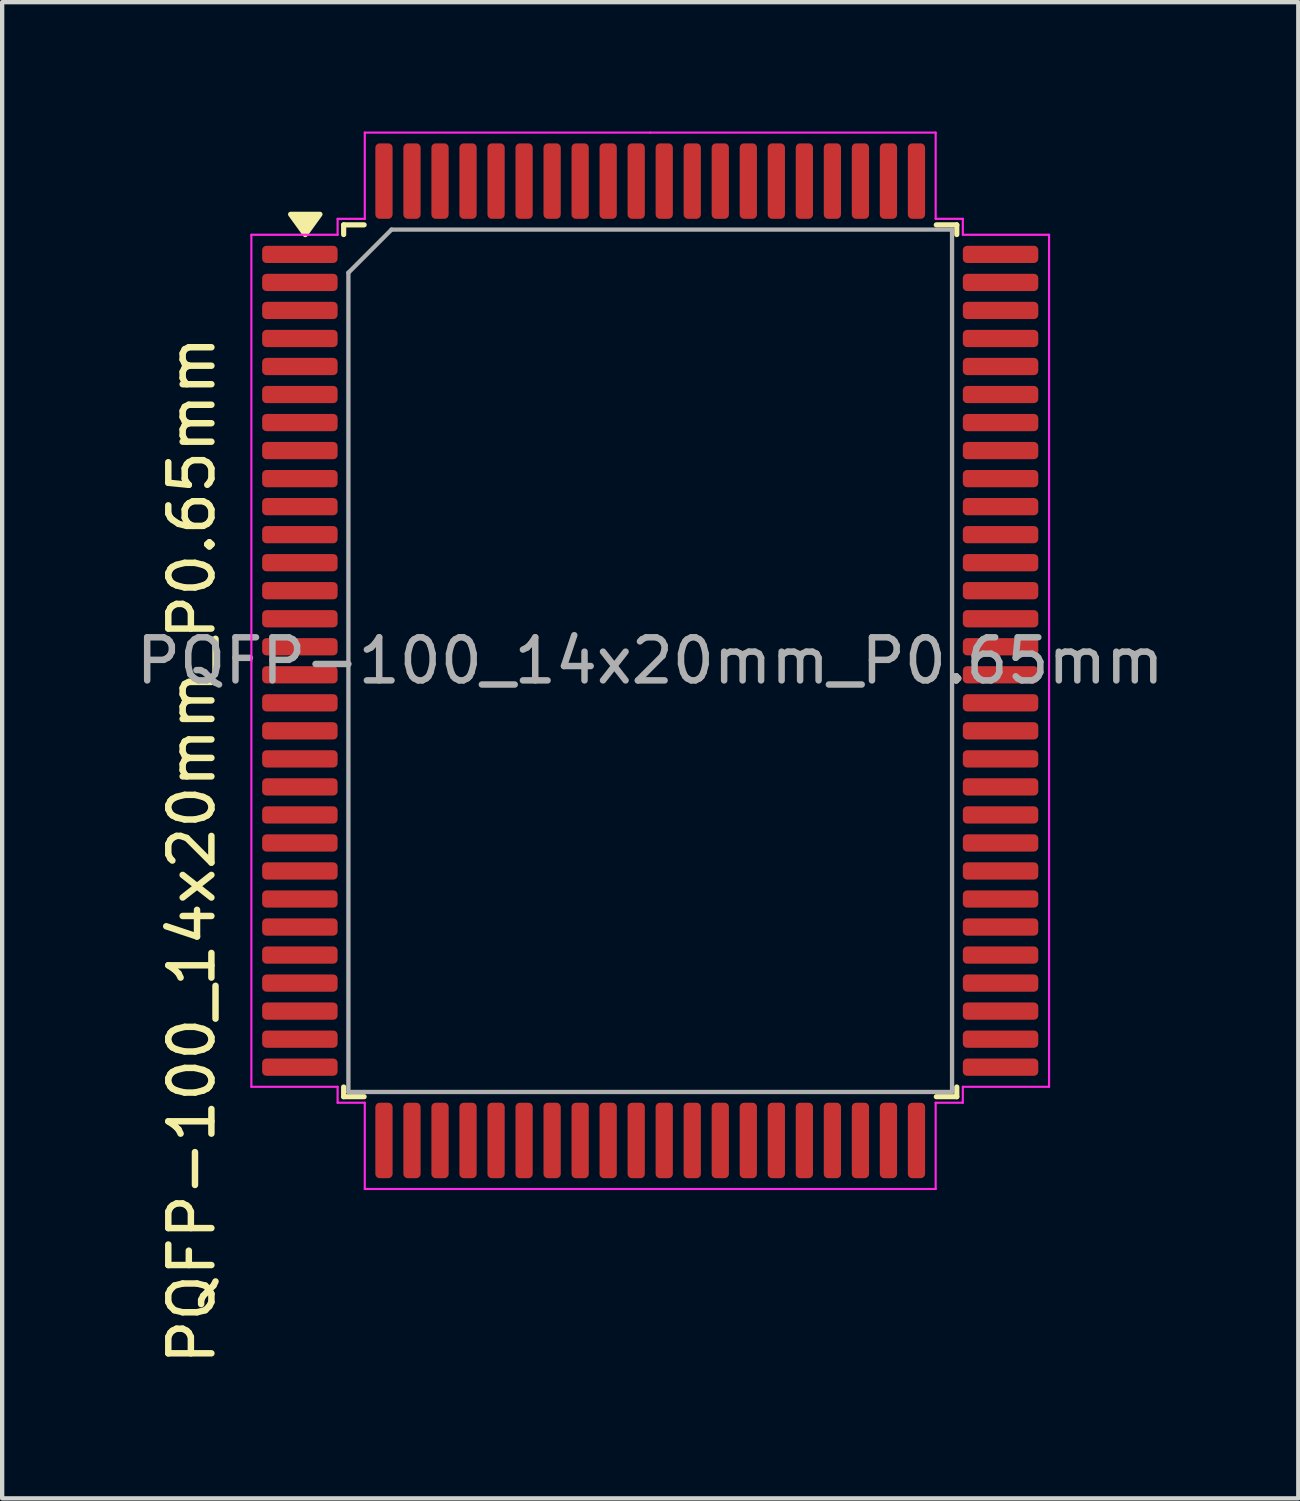
<source format=kicad_pcb>
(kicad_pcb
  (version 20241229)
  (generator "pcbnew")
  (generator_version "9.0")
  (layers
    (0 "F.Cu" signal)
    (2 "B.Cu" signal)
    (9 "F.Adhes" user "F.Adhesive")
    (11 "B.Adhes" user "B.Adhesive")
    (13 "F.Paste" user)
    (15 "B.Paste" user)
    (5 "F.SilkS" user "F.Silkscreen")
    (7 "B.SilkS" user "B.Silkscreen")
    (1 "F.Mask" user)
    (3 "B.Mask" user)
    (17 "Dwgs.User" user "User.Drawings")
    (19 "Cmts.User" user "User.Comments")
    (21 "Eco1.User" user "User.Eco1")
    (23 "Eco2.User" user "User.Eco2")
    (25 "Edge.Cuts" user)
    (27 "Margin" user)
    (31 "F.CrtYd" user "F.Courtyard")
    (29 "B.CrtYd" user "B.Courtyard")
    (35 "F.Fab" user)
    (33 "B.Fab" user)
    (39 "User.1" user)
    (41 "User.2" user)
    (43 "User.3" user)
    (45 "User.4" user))
  (footprint "PQFP-100_14x20mm_P0.65mm"
    (layer "F.Cu")
    (at 12.03 12.275)
    (property "Reference" "PQFP-100_14x20mm_P0.65mm" (at -10.632 4.395 90) (layer "F.SilkS") (effects (font (size 1 1) (thickness 0.15))))
    (attr smd)
    (fp_line (start -7.11 -10.11) (end -7.11 -9.885) (stroke (width 0.12) (type solid)) (layer "F.SilkS"))
    (fp_line (start -7.11 10.11) (end -7.11 9.885) (stroke (width 0.12) (type solid)) (layer "F.SilkS"))
    (fp_line (start -6.635 -10.11) (end -7.11 -10.11) (stroke (width 0.12) (type solid)) (layer "F.SilkS"))
    (fp_line (start -6.635 10.11) (end -7.11 10.11) (stroke (width 0.12) (type solid)) (layer "F.SilkS"))
    (fp_line (start 6.635 -10.11) (end 7.11 -10.11) (stroke (width 0.12) (type solid)) (layer "F.SilkS"))
    (fp_line (start 6.635 10.11) (end 7.11 10.11) (stroke (width 0.12) (type solid)) (layer "F.SilkS"))
    (fp_line (start 7.11 -10.11) (end 7.11 -9.885) (stroke (width 0.12) (type solid)) (layer "F.SilkS"))
    (fp_line (start 7.11 10.11) (end 7.11 9.885) (stroke (width 0.12) (type solid)) (layer "F.SilkS"))
    (fp_poly (pts (xy -8 -9.885) (xy -8.34 -10.355) (xy -7.66 -10.355) (xy -8 -9.885)) (stroke (width 0.12) (type solid)) (fill yes) (layer "F.SilkS"))
    (fp_line (start -9.25 -9.88) (end -9.25 0) (stroke (width 0.05) (type solid)) (layer "F.CrtYd"))
    (fp_line (start -9.25 9.88) (end -9.25 0) (stroke (width 0.05) (type solid)) (layer "F.CrtYd"))
    (fp_line (start -7.25 -10.25) (end -7.25 -9.88) (stroke (width 0.05) (type solid)) (layer "F.CrtYd"))
    (fp_line (start -7.25 -9.88) (end -9.25 -9.88) (stroke (width 0.05) (type solid)) (layer "F.CrtYd"))
    (fp_line (start -7.25 9.88) (end -9.25 9.88) (stroke (width 0.05) (type solid)) (layer "F.CrtYd"))
    (fp_line (start -7.25 10.25) (end -7.25 9.88) (stroke (width 0.05) (type solid)) (layer "F.CrtYd"))
    (fp_line (start -6.62 -12.25) (end -6.62 -10.25) (stroke (width 0.05) (type solid)) (layer "F.CrtYd"))
    (fp_line (start -6.62 -10.25) (end -7.25 -10.25) (stroke (width 0.05) (type solid)) (layer "F.CrtYd"))
    (fp_line (start -6.62 10.25) (end -7.25 10.25) (stroke (width 0.05) (type solid)) (layer "F.CrtYd"))
    (fp_line (start -6.62 12.25) (end -6.62 10.25) (stroke (width 0.05) (type solid)) (layer "F.CrtYd"))
    (fp_line (start 0 -12.25) (end -6.62 -12.25) (stroke (width 0.05) (type solid)) (layer "F.CrtYd"))
    (fp_line (start 0 -12.25) (end 6.62 -12.25) (stroke (width 0.05) (type solid)) (layer "F.CrtYd"))
    (fp_line (start 0 12.25) (end -6.62 12.25) (stroke (width 0.05) (type solid)) (layer "F.CrtYd"))
    (fp_line (start 0 12.25) (end 6.62 12.25) (stroke (width 0.05) (type solid)) (layer "F.CrtYd"))
    (fp_line (start 6.62 -12.25) (end 6.62 -10.25) (stroke (width 0.05) (type solid)) (layer "F.CrtYd"))
    (fp_line (start 6.62 -10.25) (end 7.25 -10.25) (stroke (width 0.05) (type solid)) (layer "F.CrtYd"))
    (fp_line (start 6.62 10.25) (end 7.25 10.25) (stroke (width 0.05) (type solid)) (layer "F.CrtYd"))
    (fp_line (start 6.62 12.25) (end 6.62 10.25) (stroke (width 0.05) (type solid)) (layer "F.CrtYd"))
    (fp_line (start 7.25 -10.25) (end 7.25 -9.88) (stroke (width 0.05) (type solid)) (layer "F.CrtYd"))
    (fp_line (start 7.25 -9.88) (end 9.25 -9.88) (stroke (width 0.05) (type solid)) (layer "F.CrtYd"))
    (fp_line (start 7.25 9.88) (end 9.25 9.88) (stroke (width 0.05) (type solid)) (layer "F.CrtYd"))
    (fp_line (start 7.25 10.25) (end 7.25 9.88) (stroke (width 0.05) (type solid)) (layer "F.CrtYd"))
    (fp_line (start 9.25 -9.88) (end 9.25 0) (stroke (width 0.05) (type solid)) (layer "F.CrtYd"))
    (fp_line (start 9.25 9.88) (end 9.25 0) (stroke (width 0.05) (type solid)) (layer "F.CrtYd"))
    (fp_line (start -7 -9) (end -6 -10) (stroke (width 0.1) (type solid)) (layer "F.Fab"))
    (fp_line (start -7 10) (end -7 -9) (stroke (width 0.1) (type solid)) (layer "F.Fab"))
    (fp_line (start -6 -10) (end 7 -10) (stroke (width 0.1) (type solid)) (layer "F.Fab"))
    (fp_line (start 7 -10) (end 7 10) (stroke (width 0.1) (type solid)) (layer "F.Fab"))
    (fp_line (start 7 10) (end -7 10) (stroke (width 0.1) (type solid)) (layer "F.Fab"))
    (fp_text user "${REFERENCE}" (at 0 0 0) (layer "F.Fab") (effects (font (size 1 1) (thickness 0.15))))
    (pad "1" smd roundrect (at -8.125 -9.425) (size 1.75 0.4) (layers "F.Cu" "F.Mask" "F.Paste") (roundrect_rratio 0.25))
    (pad "2" smd roundrect (at -8.125 -8.775) (size 1.75 0.4) (layers "F.Cu" "F.Mask" "F.Paste") (roundrect_rratio 0.25))
    (pad "3" smd roundrect (at -8.125 -8.125) (size 1.75 0.4) (layers "F.Cu" "F.Mask" "F.Paste") (roundrect_rratio 0.25))
    (pad "4" smd roundrect (at -8.125 -7.475) (size 1.75 0.4) (layers "F.Cu" "F.Mask" "F.Paste") (roundrect_rratio 0.25))
    (pad "5" smd roundrect (at -8.125 -6.825) (size 1.75 0.4) (layers "F.Cu" "F.Mask" "F.Paste") (roundrect_rratio 0.25))
    (pad "6" smd roundrect (at -8.125 -6.175) (size 1.75 0.4) (layers "F.Cu" "F.Mask" "F.Paste") (roundrect_rratio 0.25))
    (pad "7" smd roundrect (at -8.125 -5.525) (size 1.75 0.4) (layers "F.Cu" "F.Mask" "F.Paste") (roundrect_rratio 0.25))
    (pad "8" smd roundrect (at -8.125 -4.875) (size 1.75 0.4) (layers "F.Cu" "F.Mask" "F.Paste") (roundrect_rratio 0.25))
    (pad "9" smd roundrect (at -8.125 -4.225) (size 1.75 0.4) (layers "F.Cu" "F.Mask" "F.Paste") (roundrect_rratio 0.25))
    (pad "10" smd roundrect (at -8.125 -3.575) (size 1.75 0.4) (layers "F.Cu" "F.Mask" "F.Paste") (roundrect_rratio 0.25))
    (pad "11" smd roundrect (at -8.125 -2.925) (size 1.75 0.4) (layers "F.Cu" "F.Mask" "F.Paste") (roundrect_rratio 0.25))
    (pad "12" smd roundrect (at -8.125 -2.275) (size 1.75 0.4) (layers "F.Cu" "F.Mask" "F.Paste") (roundrect_rratio 0.25))
    (pad "13" smd roundrect (at -8.125 -1.625) (size 1.75 0.4) (layers "F.Cu" "F.Mask" "F.Paste") (roundrect_rratio 0.25))
    (pad "14" smd roundrect (at -8.125 -0.975) (size 1.75 0.4) (layers "F.Cu" "F.Mask" "F.Paste") (roundrect_rratio 0.25))
    (pad "15" smd roundrect (at -8.125 -0.325) (size 1.75 0.4) (layers "F.Cu" "F.Mask" "F.Paste") (roundrect_rratio 0.25))
    (pad "16" smd roundrect (at -8.125 0.325) (size 1.75 0.4) (layers "F.Cu" "F.Mask" "F.Paste") (roundrect_rratio 0.25))
    (pad "17" smd roundrect (at -8.125 0.975) (size 1.75 0.4) (layers "F.Cu" "F.Mask" "F.Paste") (roundrect_rratio 0.25))
    (pad "18" smd roundrect (at -8.125 1.625) (size 1.75 0.4) (layers "F.Cu" "F.Mask" "F.Paste") (roundrect_rratio 0.25))
    (pad "19" smd roundrect (at -8.125 2.275) (size 1.75 0.4) (layers "F.Cu" "F.Mask" "F.Paste") (roundrect_rratio 0.25))
    (pad "20" smd roundrect (at -8.125 2.925) (size 1.75 0.4) (layers "F.Cu" "F.Mask" "F.Paste") (roundrect_rratio 0.25))
    (pad "21" smd roundrect (at -8.125 3.575) (size 1.75 0.4) (layers "F.Cu" "F.Mask" "F.Paste") (roundrect_rratio 0.25))
    (pad "22" smd roundrect (at -8.125 4.225) (size 1.75 0.4) (layers "F.Cu" "F.Mask" "F.Paste") (roundrect_rratio 0.25))
    (pad "23" smd roundrect (at -8.125 4.875) (size 1.75 0.4) (layers "F.Cu" "F.Mask" "F.Paste") (roundrect_rratio 0.25))
    (pad "24" smd roundrect (at -8.125 5.525) (size 1.75 0.4) (layers "F.Cu" "F.Mask" "F.Paste") (roundrect_rratio 0.25))
    (pad "25" smd roundrect (at -8.125 6.175) (size 1.75 0.4) (layers "F.Cu" "F.Mask" "F.Paste") (roundrect_rratio 0.25))
    (pad "26" smd roundrect (at -8.125 6.825) (size 1.75 0.4) (layers "F.Cu" "F.Mask" "F.Paste") (roundrect_rratio 0.25))
    (pad "27" smd roundrect (at -8.125 7.475) (size 1.75 0.4) (layers "F.Cu" "F.Mask" "F.Paste") (roundrect_rratio 0.25))
    (pad "28" smd roundrect (at -8.125 8.125) (size 1.75 0.4) (layers "F.Cu" "F.Mask" "F.Paste") (roundrect_rratio 0.25))
    (pad "29" smd roundrect (at -8.125 8.775) (size 1.75 0.4) (layers "F.Cu" "F.Mask" "F.Paste") (roundrect_rratio 0.25))
    (pad "30" smd roundrect (at -8.125 9.425) (size 1.75 0.4) (layers "F.Cu" "F.Mask" "F.Paste") (roundrect_rratio 0.25))
    (pad "31" smd roundrect (at -6.175 11.125) (size 0.4 1.75) (layers "F.Cu" "F.Mask" "F.Paste") (roundrect_rratio 0.25))
    (pad "32" smd roundrect (at -5.525 11.125) (size 0.4 1.75) (layers "F.Cu" "F.Mask" "F.Paste") (roundrect_rratio 0.25))
    (pad "33" smd roundrect (at -4.875 11.125) (size 0.4 1.75) (layers "F.Cu" "F.Mask" "F.Paste") (roundrect_rratio 0.25))
    (pad "34" smd roundrect (at -4.225 11.125) (size 0.4 1.75) (layers "F.Cu" "F.Mask" "F.Paste") (roundrect_rratio 0.25))
    (pad "35" smd roundrect (at -3.575 11.125) (size 0.4 1.75) (layers "F.Cu" "F.Mask" "F.Paste") (roundrect_rratio 0.25))
    (pad "36" smd roundrect (at -2.925 11.125) (size 0.4 1.75) (layers "F.Cu" "F.Mask" "F.Paste") (roundrect_rratio 0.25))
    (pad "37" smd roundrect (at -2.275 11.125) (size 0.4 1.75) (layers "F.Cu" "F.Mask" "F.Paste") (roundrect_rratio 0.25))
    (pad "38" smd roundrect (at -1.625 11.125) (size 0.4 1.75) (layers "F.Cu" "F.Mask" "F.Paste") (roundrect_rratio 0.25))
    (pad "39" smd roundrect (at -0.975 11.125) (size 0.4 1.75) (layers "F.Cu" "F.Mask" "F.Paste") (roundrect_rratio 0.25))
    (pad "40" smd roundrect (at -0.325 11.125) (size 0.4 1.75) (layers "F.Cu" "F.Mask" "F.Paste") (roundrect_rratio 0.25))
    (pad "41" smd roundrect (at 0.325 11.125) (size 0.4 1.75) (layers "F.Cu" "F.Mask" "F.Paste") (roundrect_rratio 0.25))
    (pad "42" smd roundrect (at 0.975 11.125) (size 0.4 1.75) (layers "F.Cu" "F.Mask" "F.Paste") (roundrect_rratio 0.25))
    (pad "43" smd roundrect (at 1.625 11.125) (size 0.4 1.75) (layers "F.Cu" "F.Mask" "F.Paste") (roundrect_rratio 0.25))
    (pad "44" smd roundrect (at 2.275 11.125) (size 0.4 1.75) (layers "F.Cu" "F.Mask" "F.Paste") (roundrect_rratio 0.25))
    (pad "45" smd roundrect (at 2.925 11.125) (size 0.4 1.75) (layers "F.Cu" "F.Mask" "F.Paste") (roundrect_rratio 0.25))
    (pad "46" smd roundrect (at 3.575 11.125) (size 0.4 1.75) (layers "F.Cu" "F.Mask" "F.Paste") (roundrect_rratio 0.25))
    (pad "47" smd roundrect (at 4.225 11.125) (size 0.4 1.75) (layers "F.Cu" "F.Mask" "F.Paste") (roundrect_rratio 0.25))
    (pad "48" smd roundrect (at 4.875 11.125) (size 0.4 1.75) (layers "F.Cu" "F.Mask" "F.Paste") (roundrect_rratio 0.25))
    (pad "49" smd roundrect (at 5.525 11.125) (size 0.4 1.75) (layers "F.Cu" "F.Mask" "F.Paste") (roundrect_rratio 0.25))
    (pad "50" smd roundrect (at 6.175 11.125) (size 0.4 1.75) (layers "F.Cu" "F.Mask" "F.Paste") (roundrect_rratio 0.25))
    (pad "51" smd roundrect (at 8.125 9.425) (size 1.75 0.4) (layers "F.Cu" "F.Mask" "F.Paste") (roundrect_rratio 0.25))
    (pad "52" smd roundrect (at 8.125 8.775) (size 1.75 0.4) (layers "F.Cu" "F.Mask" "F.Paste") (roundrect_rratio 0.25))
    (pad "53" smd roundrect (at 8.125 8.125) (size 1.75 0.4) (layers "F.Cu" "F.Mask" "F.Paste") (roundrect_rratio 0.25))
    (pad "54" smd roundrect (at 8.125 7.475) (size 1.75 0.4) (layers "F.Cu" "F.Mask" "F.Paste") (roundrect_rratio 0.25))
    (pad "55" smd roundrect (at 8.125 6.825) (size 1.75 0.4) (layers "F.Cu" "F.Mask" "F.Paste") (roundrect_rratio 0.25))
    (pad "56" smd roundrect (at 8.125 6.175) (size 1.75 0.4) (layers "F.Cu" "F.Mask" "F.Paste") (roundrect_rratio 0.25))
    (pad "57" smd roundrect (at 8.125 5.525) (size 1.75 0.4) (layers "F.Cu" "F.Mask" "F.Paste") (roundrect_rratio 0.25))
    (pad "58" smd roundrect (at 8.125 4.875) (size 1.75 0.4) (layers "F.Cu" "F.Mask" "F.Paste") (roundrect_rratio 0.25))
    (pad "59" smd roundrect (at 8.125 4.225) (size 1.75 0.4) (layers "F.Cu" "F.Mask" "F.Paste") (roundrect_rratio 0.25))
    (pad "60" smd roundrect (at 8.125 3.575) (size 1.75 0.4) (layers "F.Cu" "F.Mask" "F.Paste") (roundrect_rratio 0.25))
    (pad "61" smd roundrect (at 8.125 2.925) (size 1.75 0.4) (layers "F.Cu" "F.Mask" "F.Paste") (roundrect_rratio 0.25))
    (pad "62" smd roundrect (at 8.125 2.275) (size 1.75 0.4) (layers "F.Cu" "F.Mask" "F.Paste") (roundrect_rratio 0.25))
    (pad "63" smd roundrect (at 8.125 1.625) (size 1.75 0.4) (layers "F.Cu" "F.Mask" "F.Paste") (roundrect_rratio 0.25))
    (pad "64" smd roundrect (at 8.125 0.975) (size 1.75 0.4) (layers "F.Cu" "F.Mask" "F.Paste") (roundrect_rratio 0.25))
    (pad "65" smd roundrect (at 8.125 0.325) (size 1.75 0.4) (layers "F.Cu" "F.Mask" "F.Paste") (roundrect_rratio 0.25))
    (pad "66" smd roundrect (at 8.125 -0.325) (size 1.75 0.4) (layers "F.Cu" "F.Mask" "F.Paste") (roundrect_rratio 0.25))
    (pad "67" smd roundrect (at 8.125 -0.975) (size 1.75 0.4) (layers "F.Cu" "F.Mask" "F.Paste") (roundrect_rratio 0.25))
    (pad "68" smd roundrect (at 8.125 -1.625) (size 1.75 0.4) (layers "F.Cu" "F.Mask" "F.Paste") (roundrect_rratio 0.25))
    (pad "69" smd roundrect (at 8.125 -2.275) (size 1.75 0.4) (layers "F.Cu" "F.Mask" "F.Paste") (roundrect_rratio 0.25))
    (pad "70" smd roundrect (at 8.125 -2.925) (size 1.75 0.4) (layers "F.Cu" "F.Mask" "F.Paste") (roundrect_rratio 0.25))
    (pad "71" smd roundrect (at 8.125 -3.575) (size 1.75 0.4) (layers "F.Cu" "F.Mask" "F.Paste") (roundrect_rratio 0.25))
    (pad "72" smd roundrect (at 8.125 -4.225) (size 1.75 0.4) (layers "F.Cu" "F.Mask" "F.Paste") (roundrect_rratio 0.25))
    (pad "73" smd roundrect (at 8.125 -4.875) (size 1.75 0.4) (layers "F.Cu" "F.Mask" "F.Paste") (roundrect_rratio 0.25))
    (pad "74" smd roundrect (at 8.125 -5.525) (size 1.75 0.4) (layers "F.Cu" "F.Mask" "F.Paste") (roundrect_rratio 0.25))
    (pad "75" smd roundrect (at 8.125 -6.175) (size 1.75 0.4) (layers "F.Cu" "F.Mask" "F.Paste") (roundrect_rratio 0.25))
    (pad "76" smd roundrect (at 8.125 -6.825) (size 1.75 0.4) (layers "F.Cu" "F.Mask" "F.Paste") (roundrect_rratio 0.25))
    (pad "77" smd roundrect (at 8.125 -7.475) (size 1.75 0.4) (layers "F.Cu" "F.Mask" "F.Paste") (roundrect_rratio 0.25))
    (pad "78" smd roundrect (at 8.125 -8.125) (size 1.75 0.4) (layers "F.Cu" "F.Mask" "F.Paste") (roundrect_rratio 0.25))
    (pad "79" smd roundrect (at 8.125 -8.775) (size 1.75 0.4) (layers "F.Cu" "F.Mask" "F.Paste") (roundrect_rratio 0.25))
    (pad "80" smd roundrect (at 8.125 -9.425) (size 1.75 0.4) (layers "F.Cu" "F.Mask" "F.Paste") (roundrect_rratio 0.25))
    (pad "81" smd roundrect (at 6.175 -11.125) (size 0.4 1.75) (layers "F.Cu" "F.Mask" "F.Paste") (roundrect_rratio 0.25))
    (pad "82" smd roundrect (at 5.525 -11.125) (size 0.4 1.75) (layers "F.Cu" "F.Mask" "F.Paste") (roundrect_rratio 0.25))
    (pad "83" smd roundrect (at 4.875 -11.125) (size 0.4 1.75) (layers "F.Cu" "F.Mask" "F.Paste") (roundrect_rratio 0.25))
    (pad "84" smd roundrect (at 4.225 -11.125) (size 0.4 1.75) (layers "F.Cu" "F.Mask" "F.Paste") (roundrect_rratio 0.25))
    (pad "85" smd roundrect (at 3.575 -11.125) (size 0.4 1.75) (layers "F.Cu" "F.Mask" "F.Paste") (roundrect_rratio 0.25))
    (pad "86" smd roundrect (at 2.925 -11.125) (size 0.4 1.75) (layers "F.Cu" "F.Mask" "F.Paste") (roundrect_rratio 0.25))
    (pad "87" smd roundrect (at 2.275 -11.125) (size 0.4 1.75) (layers "F.Cu" "F.Mask" "F.Paste") (roundrect_rratio 0.25))
    (pad "88" smd roundrect (at 1.625 -11.125) (size 0.4 1.75) (layers "F.Cu" "F.Mask" "F.Paste") (roundrect_rratio 0.25))
    (pad "89" smd roundrect (at 0.975 -11.125) (size 0.4 1.75) (layers "F.Cu" "F.Mask" "F.Paste") (roundrect_rratio 0.25))
    (pad "90" smd roundrect (at 0.325 -11.125) (size 0.4 1.75) (layers "F.Cu" "F.Mask" "F.Paste") (roundrect_rratio 0.25))
    (pad "91" smd roundrect (at -0.325 -11.125) (size 0.4 1.75) (layers "F.Cu" "F.Mask" "F.Paste") (roundrect_rratio 0.25))
    (pad "92" smd roundrect (at -0.975 -11.125) (size 0.4 1.75) (layers "F.Cu" "F.Mask" "F.Paste") (roundrect_rratio 0.25))
    (pad "93" smd roundrect (at -1.625 -11.125) (size 0.4 1.75) (layers "F.Cu" "F.Mask" "F.Paste") (roundrect_rratio 0.25))
    (pad "94" smd roundrect (at -2.275 -11.125) (size 0.4 1.75) (layers "F.Cu" "F.Mask" "F.Paste") (roundrect_rratio 0.25))
    (pad "95" smd roundrect (at -2.925 -11.125) (size 0.4 1.75) (layers "F.Cu" "F.Mask" "F.Paste") (roundrect_rratio 0.25))
    (pad "96" smd roundrect (at -3.575 -11.125) (size 0.4 1.75) (layers "F.Cu" "F.Mask" "F.Paste") (roundrect_rratio 0.25))
    (pad "97" smd roundrect (at -4.225 -11.125) (size 0.4 1.75) (layers "F.Cu" "F.Mask" "F.Paste") (roundrect_rratio 0.25))
    (pad "98" smd roundrect (at -4.875 -11.125) (size 0.4 1.75) (layers "F.Cu" "F.Mask" "F.Paste") (roundrect_rratio 0.25))
    (pad "99" smd roundrect (at -5.525 -11.125) (size 0.4 1.75) (layers "F.Cu" "F.Mask" "F.Paste") (roundrect_rratio 0.25))
    (pad "100" smd roundrect (at -6.175 -11.125) (size 0.4 1.75) (layers "F.Cu" "F.Mask" "F.Paste") (roundrect_rratio 0.25)))
  (gr_rect
    (start -3 -3)
    (end 27.06 31.7)
    (stroke (width 0.1) (type default))
    (fill no)
    (layer "Edge.Cuts")))
</source>
